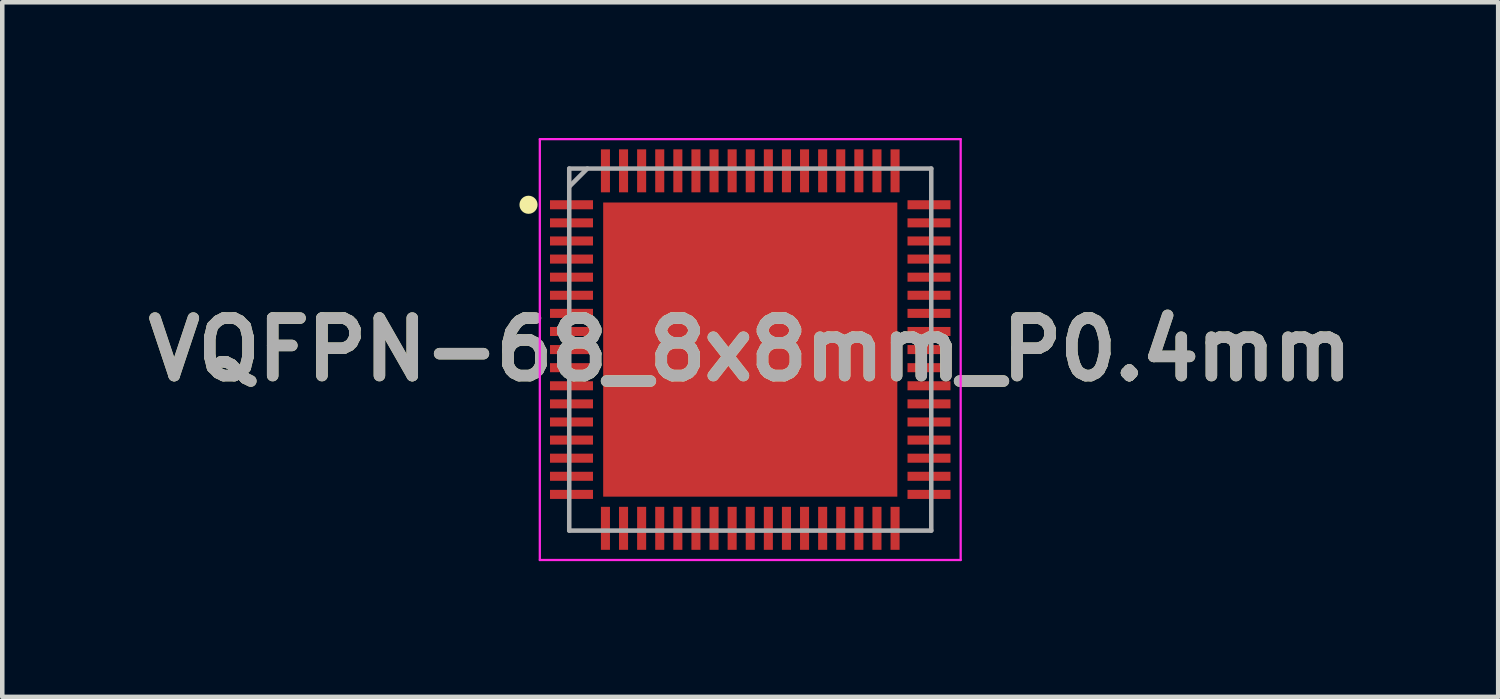
<source format=kicad_pcb>
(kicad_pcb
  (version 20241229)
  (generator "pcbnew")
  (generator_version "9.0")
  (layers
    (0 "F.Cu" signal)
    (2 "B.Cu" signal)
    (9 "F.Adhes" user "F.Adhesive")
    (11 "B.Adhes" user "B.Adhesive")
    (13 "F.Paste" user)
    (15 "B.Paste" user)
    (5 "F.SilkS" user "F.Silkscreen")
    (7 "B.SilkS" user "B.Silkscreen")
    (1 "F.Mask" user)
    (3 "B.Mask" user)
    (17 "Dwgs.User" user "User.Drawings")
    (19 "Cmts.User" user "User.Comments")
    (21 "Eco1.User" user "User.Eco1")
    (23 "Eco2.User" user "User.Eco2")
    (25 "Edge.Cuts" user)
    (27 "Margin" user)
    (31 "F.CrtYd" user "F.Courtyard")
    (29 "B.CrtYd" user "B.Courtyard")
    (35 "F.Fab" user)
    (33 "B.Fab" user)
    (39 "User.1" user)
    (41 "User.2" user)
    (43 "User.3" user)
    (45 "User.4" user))
  (footprint "VQFPN-68_8x8mm_P0.4mm"
    (layer "F.Cu")
    (at 13.529 4.675)
    (property "Reference" "VQFPN-68_8x8mm_P0.4mm" (at 0 0 0) (layer "F.SilkS") (effects (font (size 1.27 1.27) (thickness 0.254))))
    (attr smd)
    (fp_circle (center -4.9 -3.2) (end -4.9 -3.1) (stroke (width 0.2) (type solid)) (fill no) (layer "F.SilkS"))
    (fp_line (start -4.65 -4.65) (end 4.65 -4.65) (stroke (width 0.05) (type solid)) (layer "F.CrtYd"))
    (fp_line (start -4.65 4.65) (end -4.65 -4.65) (stroke (width 0.05) (type solid)) (layer "F.CrtYd"))
    (fp_line (start 4.65 -4.65) (end 4.65 4.65) (stroke (width 0.05) (type solid)) (layer "F.CrtYd"))
    (fp_line (start 4.65 4.65) (end -4.65 4.65) (stroke (width 0.05) (type solid)) (layer "F.CrtYd"))
    (fp_line (start -4 -4) (end 4 -4) (stroke (width 0.1) (type solid)) (layer "F.Fab"))
    (fp_line (start -4 -3.6) (end -3.6 -4) (stroke (width 0.1) (type solid)) (layer "F.Fab"))
    (fp_line (start -4 4) (end -4 -4) (stroke (width 0.1) (type solid)) (layer "F.Fab"))
    (fp_line (start 4 -4) (end 4 4) (stroke (width 0.1) (type solid)) (layer "F.Fab"))
    (fp_line (start 4 4) (end -4 4) (stroke (width 0.1) (type solid)) (layer "F.Fab"))
    (fp_text user "${REFERENCE}" (at 0 0 0) (layer "F.Fab") (effects (font (size 1.27 1.27) (thickness 0.254))))
    (pad "1" smd rect (at -3.95 -3.2 90) (size 0.2 0.95) (layers "F.Cu" "F.Mask" "F.Paste"))
    (pad "2" smd rect (at -3.95 -2.8 90) (size 0.2 0.95) (layers "F.Cu" "F.Mask" "F.Paste"))
    (pad "3" smd rect (at -3.95 -2.4 90) (size 0.2 0.95) (layers "F.Cu" "F.Mask" "F.Paste"))
    (pad "4" smd rect (at -3.95 -2 90) (size 0.2 0.95) (layers "F.Cu" "F.Mask" "F.Paste"))
    (pad "5" smd rect (at -3.95 -1.6 90) (size 0.2 0.95) (layers "F.Cu" "F.Mask" "F.Paste"))
    (pad "6" smd rect (at -3.95 -1.2 90) (size 0.2 0.95) (layers "F.Cu" "F.Mask" "F.Paste"))
    (pad "7" smd rect (at -3.95 -0.8 90) (size 0.2 0.95) (layers "F.Cu" "F.Mask" "F.Paste"))
    (pad "8" smd rect (at -3.95 -0.4 90) (size 0.2 0.95) (layers "F.Cu" "F.Mask" "F.Paste"))
    (pad "9" smd rect (at -3.95 0 90) (size 0.2 0.95) (layers "F.Cu" "F.Mask" "F.Paste"))
    (pad "10" smd rect (at -3.95 0.4 90) (size 0.2 0.95) (layers "F.Cu" "F.Mask" "F.Paste"))
    (pad "11" smd rect (at -3.95 0.8 90) (size 0.2 0.95) (layers "F.Cu" "F.Mask" "F.Paste"))
    (pad "12" smd rect (at -3.95 1.2 90) (size 0.2 0.95) (layers "F.Cu" "F.Mask" "F.Paste"))
    (pad "13" smd rect (at -3.95 1.6 90) (size 0.2 0.95) (layers "F.Cu" "F.Mask" "F.Paste"))
    (pad "14" smd rect (at -3.95 2 90) (size 0.2 0.95) (layers "F.Cu" "F.Mask" "F.Paste"))
    (pad "15" smd rect (at -3.95 2.4 90) (size 0.2 0.95) (layers "F.Cu" "F.Mask" "F.Paste"))
    (pad "16" smd rect (at -3.95 2.8 90) (size 0.2 0.95) (layers "F.Cu" "F.Mask" "F.Paste"))
    (pad "17" smd rect (at -3.95 3.2 90) (size 0.2 0.95) (layers "F.Cu" "F.Mask" "F.Paste"))
    (pad "18" smd rect (at -3.2 3.95) (size 0.2 0.95) (layers "F.Cu" "F.Mask" "F.Paste"))
    (pad "19" smd rect (at -2.8 3.95) (size 0.2 0.95) (layers "F.Cu" "F.Mask" "F.Paste"))
    (pad "20" smd rect (at -2.4 3.95) (size 0.2 0.95) (layers "F.Cu" "F.Mask" "F.Paste"))
    (pad "21" smd rect (at -2 3.95) (size 0.2 0.95) (layers "F.Cu" "F.Mask" "F.Paste"))
    (pad "22" smd rect (at -1.6 3.95) (size 0.2 0.95) (layers "F.Cu" "F.Mask" "F.Paste"))
    (pad "23" smd rect (at -1.2 3.95) (size 0.2 0.95) (layers "F.Cu" "F.Mask" "F.Paste"))
    (pad "24" smd rect (at -0.8 3.95) (size 0.2 0.95) (layers "F.Cu" "F.Mask" "F.Paste"))
    (pad "25" smd rect (at -0.4 3.95) (size 0.2 0.95) (layers "F.Cu" "F.Mask" "F.Paste"))
    (pad "26" smd rect (at 0 3.95) (size 0.2 0.95) (layers "F.Cu" "F.Mask" "F.Paste"))
    (pad "27" smd rect (at 0.4 3.95) (size 0.2 0.95) (layers "F.Cu" "F.Mask" "F.Paste"))
    (pad "28" smd rect (at 0.8 3.95) (size 0.2 0.95) (layers "F.Cu" "F.Mask" "F.Paste"))
    (pad "29" smd rect (at 1.2 3.95) (size 0.2 0.95) (layers "F.Cu" "F.Mask" "F.Paste"))
    (pad "30" smd rect (at 1.6 3.95) (size 0.2 0.95) (layers "F.Cu" "F.Mask" "F.Paste"))
    (pad "31" smd rect (at 2 3.95) (size 0.2 0.95) (layers "F.Cu" "F.Mask" "F.Paste"))
    (pad "32" smd rect (at 2.4 3.95) (size 0.2 0.95) (layers "F.Cu" "F.Mask" "F.Paste"))
    (pad "33" smd rect (at 2.8 3.95) (size 0.2 0.95) (layers "F.Cu" "F.Mask" "F.Paste"))
    (pad "34" smd rect (at 3.2 3.95) (size 0.2 0.95) (layers "F.Cu" "F.Mask" "F.Paste"))
    (pad "35" smd rect (at 3.95 3.2 90) (size 0.2 0.95) (layers "F.Cu" "F.Mask" "F.Paste"))
    (pad "36" smd rect (at 3.95 2.8 90) (size 0.2 0.95) (layers "F.Cu" "F.Mask" "F.Paste"))
    (pad "37" smd rect (at 3.95 2.4 90) (size 0.2 0.95) (layers "F.Cu" "F.Mask" "F.Paste"))
    (pad "38" smd rect (at 3.95 2 90) (size 0.2 0.95) (layers "F.Cu" "F.Mask" "F.Paste"))
    (pad "39" smd rect (at 3.95 1.6 90) (size 0.2 0.95) (layers "F.Cu" "F.Mask" "F.Paste"))
    (pad "40" smd rect (at 3.95 1.2 90) (size 0.2 0.95) (layers "F.Cu" "F.Mask" "F.Paste"))
    (pad "41" smd rect (at 3.95 0.8 90) (size 0.2 0.95) (layers "F.Cu" "F.Mask" "F.Paste"))
    (pad "42" smd rect (at 3.95 0.4 90) (size 0.2 0.95) (layers "F.Cu" "F.Mask" "F.Paste"))
    (pad "43" smd rect (at 3.95 0 90) (size 0.2 0.95) (layers "F.Cu" "F.Mask" "F.Paste"))
    (pad "44" smd rect (at 3.95 -0.4 90) (size 0.2 0.95) (layers "F.Cu" "F.Mask" "F.Paste"))
    (pad "45" smd rect (at 3.95 -0.8 90) (size 0.2 0.95) (layers "F.Cu" "F.Mask" "F.Paste"))
    (pad "46" smd rect (at 3.95 -1.2 90) (size 0.2 0.95) (layers "F.Cu" "F.Mask" "F.Paste"))
    (pad "47" smd rect (at 3.95 -1.6 90) (size 0.2 0.95) (layers "F.Cu" "F.Mask" "F.Paste"))
    (pad "48" smd rect (at 3.95 -2 90) (size 0.2 0.95) (layers "F.Cu" "F.Mask" "F.Paste"))
    (pad "49" smd rect (at 3.95 -2.4 90) (size 0.2 0.95) (layers "F.Cu" "F.Mask" "F.Paste"))
    (pad "50" smd rect (at 3.95 -2.8 90) (size 0.2 0.95) (layers "F.Cu" "F.Mask" "F.Paste"))
    (pad "51" smd rect (at 3.95 -3.2 90) (size 0.2 0.95) (layers "F.Cu" "F.Mask" "F.Paste"))
    (pad "52" smd rect (at 3.2 -3.95) (size 0.2 0.95) (layers "F.Cu" "F.Mask" "F.Paste"))
    (pad "53" smd rect (at 2.8 -3.95) (size 0.2 0.95) (layers "F.Cu" "F.Mask" "F.Paste"))
    (pad "54" smd rect (at 2.4 -3.95) (size 0.2 0.95) (layers "F.Cu" "F.Mask" "F.Paste"))
    (pad "55" smd rect (at 2 -3.95) (size 0.2 0.95) (layers "F.Cu" "F.Mask" "F.Paste"))
    (pad "56" smd rect (at 1.6 -3.95) (size 0.2 0.95) (layers "F.Cu" "F.Mask" "F.Paste"))
    (pad "57" smd rect (at 1.2 -3.95) (size 0.2 0.95) (layers "F.Cu" "F.Mask" "F.Paste"))
    (pad "58" smd rect (at 0.8 -3.95) (size 0.2 0.95) (layers "F.Cu" "F.Mask" "F.Paste"))
    (pad "59" smd rect (at 0.4 -3.95) (size 0.2 0.95) (layers "F.Cu" "F.Mask" "F.Paste"))
    (pad "60" smd rect (at 0 -3.95) (size 0.2 0.95) (layers "F.Cu" "F.Mask" "F.Paste"))
    (pad "61" smd rect (at -0.4 -3.95) (size 0.2 0.95) (layers "F.Cu" "F.Mask" "F.Paste"))
    (pad "62" smd rect (at -0.8 -3.95) (size 0.2 0.95) (layers "F.Cu" "F.Mask" "F.Paste"))
    (pad "63" smd rect (at -1.2 -3.95) (size 0.2 0.95) (layers "F.Cu" "F.Mask" "F.Paste"))
    (pad "64" smd rect (at -1.6 -3.95) (size 0.2 0.95) (layers "F.Cu" "F.Mask" "F.Paste"))
    (pad "65" smd rect (at -2 -3.95) (size 0.2 0.95) (layers "F.Cu" "F.Mask" "F.Paste"))
    (pad "66" smd rect (at -2.4 -3.95) (size 0.2 0.95) (layers "F.Cu" "F.Mask" "F.Paste"))
    (pad "67" smd rect (at -2.8 -3.95) (size 0.2 0.95) (layers "F.Cu" "F.Mask" "F.Paste"))
    (pad "68" smd rect (at -3.2 -3.95) (size 0.2 0.95) (layers "F.Cu" "F.Mask" "F.Paste"))
    (pad "69" smd rect (at 0 0) (size 6.5 6.5) (layers "F.Cu" "F.Mask" "F.Paste")))
  (gr_rect
    (start -3 -3)
    (end 30.057 12.35)
    (stroke (width 0.1) (type default))
    (fill no)
    (layer "Edge.Cuts")))
</source>
